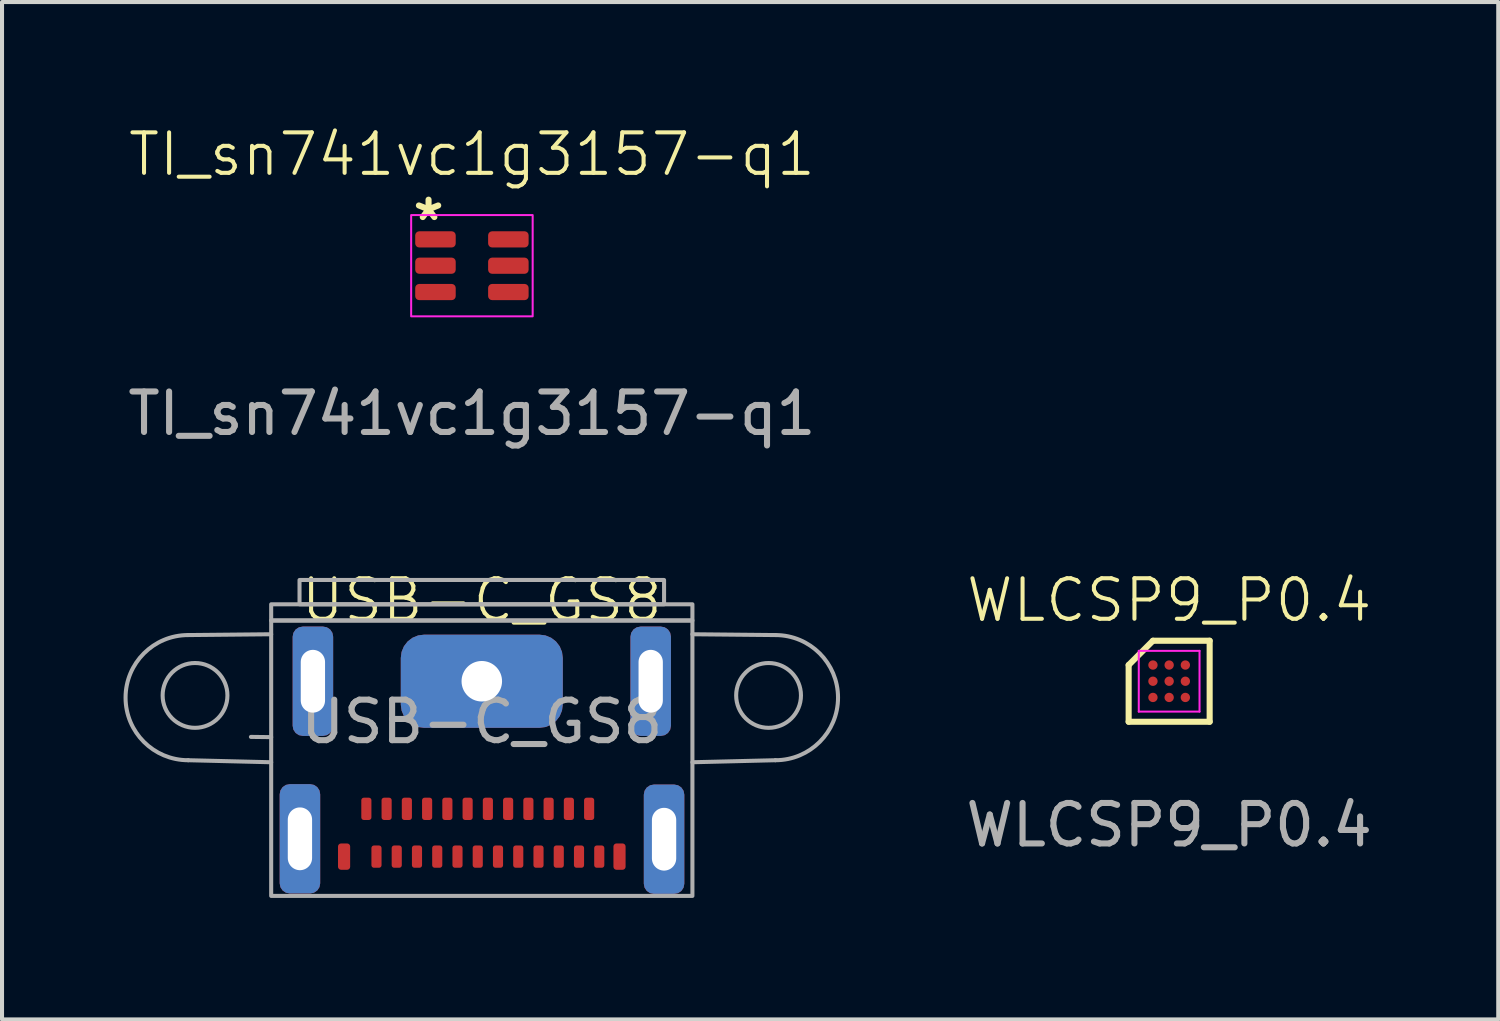
<source format=kicad_pcb>
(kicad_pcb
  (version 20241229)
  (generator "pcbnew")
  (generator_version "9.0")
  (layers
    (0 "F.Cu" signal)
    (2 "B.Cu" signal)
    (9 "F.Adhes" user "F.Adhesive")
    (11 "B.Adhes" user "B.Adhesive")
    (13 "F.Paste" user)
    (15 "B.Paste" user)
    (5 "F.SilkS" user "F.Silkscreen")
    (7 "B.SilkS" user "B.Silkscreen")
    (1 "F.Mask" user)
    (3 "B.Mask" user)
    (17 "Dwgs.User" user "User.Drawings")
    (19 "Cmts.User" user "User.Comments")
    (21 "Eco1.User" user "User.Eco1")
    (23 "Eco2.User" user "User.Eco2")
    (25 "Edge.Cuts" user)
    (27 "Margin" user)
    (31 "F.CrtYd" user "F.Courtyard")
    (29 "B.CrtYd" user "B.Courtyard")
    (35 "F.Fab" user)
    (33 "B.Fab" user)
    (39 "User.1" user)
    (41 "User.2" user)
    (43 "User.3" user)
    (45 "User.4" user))
  (footprint "WLCSP9_P0.4"
    (layer "F.Cu")
    (at 25.815 13.769)
    (property "Reference" "WLCSP9_P0.4" (at 0 -2 0) (unlocked yes) (layer "F.SilkS") (effects (font (size 1 1) (thickness 0.1))))
    (attr smd)
    (fp_line (start -1 -0.4) (end -1 1) (stroke (width 0.15) (type solid)) (layer "F.SilkS"))
    (fp_line (start -1 -0.4) (end -0.4 -1) (stroke (width 0.15) (type solid)) (layer "F.SilkS"))
    (fp_line (start -1 1) (end 1 1) (stroke (width 0.15) (type solid)) (layer "F.SilkS"))
    (fp_line (start 1 -1) (end -0.4 -1) (stroke (width 0.15) (type solid)) (layer "F.SilkS"))
    (fp_line (start 1 1) (end 1 -1) (stroke (width 0.15) (type solid)) (layer "F.SilkS"))
    (fp_line (start -0.75 -0.75) (end 0.75 -0.75) (stroke (width 0.05) (type solid)) (layer "F.CrtYd"))
    (fp_line (start -0.75 0.75) (end -0.75 -0.75) (stroke (width 0.05) (type solid)) (layer "F.CrtYd"))
    (fp_line (start 0.75 -0.75) (end 0.75 0.75) (stroke (width 0.05) (type solid)) (layer "F.CrtYd"))
    (fp_line (start 0.75 0.75) (end -0.75 0.75) (stroke (width 0.05) (type solid)) (layer "F.CrtYd"))
    (fp_text user "${REFERENCE}" (at 0 3.55 0) (unlocked yes) (layer "F.Fab") (effects (font (size 1 1) (thickness 0.15))))
    (pad "A1" smd circle (at -0.4 -0.4) (size 0.23 0.23) (layers "F.Cu" "F.Mask" "F.Paste"))
    (pad "A2" smd circle (at 0 -0.4) (size 0.23 0.23) (layers "F.Cu" "F.Mask" "F.Paste"))
    (pad "A3" smd circle (at 0.4 -0.4) (size 0.23 0.23) (layers "F.Cu" "F.Mask" "F.Paste"))
    (pad "B1" smd circle (at -0.4 0) (size 0.23 0.23) (layers "F.Cu" "F.Mask" "F.Paste"))
    (pad "B2" smd circle (at 0 0) (size 0.23 0.23) (layers "F.Cu" "F.Mask" "F.Paste"))
    (pad "B3" smd circle (at 0.4 0) (size 0.23 0.23) (layers "F.Cu" "F.Mask" "F.Paste"))
    (pad "C1" smd circle (at -0.4 0.4) (size 0.23 0.23) (layers "F.Cu" "F.Mask" "F.Paste"))
    (pad "C2" smd circle (at 0 0.4) (size 0.23 0.23) (layers "F.Cu" "F.Mask" "F.Paste"))
    (pad "C3" smd circle (at 0.4 0.4) (size 0.23 0.23) (layers "F.Cu" "F.Mask" "F.Paste")))
  (footprint "USB-C_GS8"
    (layer "F.Cu")
    (at 8.845 12.269)
    (property "Reference" "USB-C_GS8" (at 0 -0.5 0) (unlocked yes) (layer "F.SilkS") (effects (font (size 1 1) (thickness 0.1))))
    (attr smd)
    (fp_line (start -7.25 0.36) (end -5.2 0.34) (stroke (width 0.1) (type default)) (layer "F.Fab"))
    (fp_line (start -7.25 3.45) (end -5.2 3.5) (stroke (width 0.1) (type default)) (layer "F.Fab"))
    (fp_line (start -5.7 2.874) (end -5.2 2.88) (stroke (width 0.1) (type default)) (layer "F.Fab"))
    (fp_line (start 7.25 0.36) (end 5.2 0.34) (stroke (width 0.1) (type default)) (layer "F.Fab"))
    (fp_line (start 7.25 3.45) (end 5.2 3.5) (stroke (width 0.1) (type default)) (layer "F.Fab"))
    (fp_rect (start -5.2 -0.4) (end 5.2 0) (stroke (width 0.1) (type default)) (fill no) (layer "F.Fab"))
    (fp_rect (start -5.2 0) (end 5.2 6.8) (stroke (width 0.1) (type default)) (fill no) (layer "F.Fab"))
    (fp_rect (start -4.5 -0.4) (end 4.5 -1) (stroke (width 0.1) (type default)) (fill no) (layer "F.Fab"))
    (fp_arc (start -7.25 3.45) (mid -8.795 1.905) (end -7.25 0.36) (stroke (width 0.1) (type default)) (layer "F.Fab"))
    (fp_arc (start 7.25 0.36) (mid 8.795 1.905) (end 7.25 3.45) (stroke (width 0.1) (type default)) (layer "F.Fab"))
    (fp_circle (center -7.08 1.85) (end -6.28 1.85) (stroke (width 0.1) (type default)) (fill no) (layer "F.Fab"))
    (fp_circle (center 7.08 1.85) (end 7.88 1.85) (stroke (width 0.1) (type default)) (fill no) (layer "F.Fab"))
    (fp_text user "${REFERENCE}" (at 0 2.5 0) (unlocked yes) (layer "F.Fab") (effects (font (size 1 1) (thickness 0.15))))
    (pad "A1" smd roundrect (at 2.9 5.83) (size 0.25 0.55) (layers "F.Cu" "F.Mask" "F.Paste") (roundrect_rratio 0.25))
    (pad "A2" smd roundrect (at 2.4 5.83) (size 0.25 0.55) (layers "F.Cu" "F.Mask" "F.Paste") (roundrect_rratio 0.25))
    (pad "A3" smd roundrect (at 1.9 5.83) (size 0.25 0.55) (layers "F.Cu" "F.Mask" "F.Paste") (roundrect_rratio 0.25))
    (pad "A4" smd roundrect (at 1.4 5.83) (size 0.25 0.55) (layers "F.Cu" "F.Mask" "F.Paste") (roundrect_rratio 0.25))
    (pad "A5" smd roundrect (at 0.9 5.83) (size 0.25 0.55) (layers "F.Cu" "F.Mask" "F.Paste") (roundrect_rratio 0.25))
    (pad "A6" smd roundrect (at 0.4 5.83) (size 0.25 0.55) (layers "F.Cu" "F.Mask" "F.Paste") (roundrect_rratio 0.25))
    (pad "A7" smd roundrect (at -0.1 5.83) (size 0.25 0.55) (layers "F.Cu" "F.Mask" "F.Paste") (roundrect_rratio 0.25))
    (pad "A8" smd roundrect (at -0.6 5.83) (size 0.25 0.55) (layers "F.Cu" "F.Mask" "F.Paste") (roundrect_rratio 0.25))
    (pad "A9" smd roundrect (at -1.1 5.83) (size 0.25 0.55) (layers "F.Cu" "F.Mask" "F.Paste") (roundrect_rratio 0.25))
    (pad "A10" smd roundrect (at -1.6 5.83) (size 0.25 0.55) (layers "F.Cu" "F.Mask" "F.Paste") (roundrect_rratio 0.25))
    (pad "A11" smd roundrect (at -2.1 5.83) (size 0.25 0.55) (layers "F.Cu" "F.Mask" "F.Paste") (roundrect_rratio 0.25))
    (pad "A12" smd roundrect (at -2.6 5.83) (size 0.25 0.55) (layers "F.Cu" "F.Mask" "F.Paste") (roundrect_rratio 0.25))
    (pad "B1" smd roundrect (at -2.85 4.65) (size 0.25 0.55) (layers "F.Cu" "F.Mask" "F.Paste") (roundrect_rratio 0.25))
    (pad "B2" smd roundrect (at -2.35 4.65) (size 0.25 0.55) (layers "F.Cu" "F.Mask" "F.Paste") (roundrect_rratio 0.25))
    (pad "B3" smd roundrect (at -1.85 4.65) (size 0.25 0.55) (layers "F.Cu" "F.Mask" "F.Paste") (roundrect_rratio 0.25))
    (pad "B4" smd roundrect (at -1.35 4.65) (size 0.25 0.55) (layers "F.Cu" "F.Mask" "F.Paste") (roundrect_rratio 0.25))
    (pad "B5" smd roundrect (at -0.85 4.65) (size 0.25 0.55) (layers "F.Cu" "F.Mask" "F.Paste") (roundrect_rratio 0.25))
    (pad "B6" smd roundrect (at -0.35 4.65) (size 0.25 0.55) (layers "F.Cu" "F.Mask" "F.Paste") (roundrect_rratio 0.25))
    (pad "B7" smd roundrect (at 0.15 4.65) (size 0.25 0.55) (layers "F.Cu" "F.Mask" "F.Paste") (roundrect_rratio 0.25))
    (pad "B8" smd roundrect (at 0.65 4.65) (size 0.25 0.55) (layers "F.Cu" "F.Mask" "F.Paste") (roundrect_rratio 0.25))
    (pad "B9" smd roundrect (at 1.15 4.65) (size 0.25 0.55) (layers "F.Cu" "F.Mask" "F.Paste") (roundrect_rratio 0.25))
    (pad "B10" smd roundrect (at 1.65 4.65) (size 0.25 0.55) (layers "F.Cu" "F.Mask" "F.Paste") (roundrect_rratio 0.25))
    (pad "B11" smd roundrect (at 2.15 4.65) (size 0.25 0.55) (layers "F.Cu" "F.Mask" "F.Paste") (roundrect_rratio 0.25))
    (pad "B12" smd roundrect (at 2.65 4.65) (size 0.25 0.55) (layers "F.Cu" "F.Mask" "F.Paste") (roundrect_rratio 0.25))
    (pad "SH" thru_hole roundrect (at -4.49 5.39) (size 1 2.7) (drill oval 0.6 1.55) (layers "*.Cu" "*.Mask") (roundrect_rratio 0.25))
    (pad "SH" thru_hole roundrect (at -4.17 1.5) (size 1 2.7) (drill oval 0.6 1.55) (layers "*.Cu" "*.Mask") (roundrect_rratio 0.25))
    (pad "SH" smd roundrect (at -3.4 5.83) (size 0.3 0.65) (layers "F.Cu" "F.Mask" "F.Paste") (roundrect_rratio 0.25))
    (pad "SH" thru_hole roundrect (at 0 1.5) (size 4 2.3) (drill 1) (layers "F.Cu" "F.Mask") (roundrect_rratio 0.25))
    (pad "SH" smd roundrect (at 3.4 5.83) (size 0.3 0.65) (layers "F.Cu" "F.Mask" "F.Paste") (roundrect_rratio 0.25))
    (pad "SH" thru_hole roundrect (at 4.17 1.5) (size 1 2.7) (drill oval 0.6 1.55) (layers "*.Cu" "*.Mask") (roundrect_rratio 0.25))
    (pad "SH" thru_hole roundrect (at 4.5 5.4) (size 1 2.7) (drill oval 0.6 1.55) (layers "*.Cu" "*.Mask") (roundrect_rratio 0.25)))
  (footprint "TI_sn741vc1g3157-q1"
    (layer "F.Cu")
    (at 8.601 3.51)
    (property "Reference" "TI_sn741vc1g3157-q1" (at 0 -2.75 0) (unlocked yes) (layer "F.SilkS") (effects (font (size 1 1) (thickness 0.1))))
    (attr smd)
    (fp_rect (start -1.5 -1.25) (end 1.5 1.25) (stroke (width 0.05) (type default)) (fill no) (layer "F.CrtYd"))
    (fp_rect (start -0.7 -1.1) (end 0.7 1.1) (stroke (width 0.1) (type default)) (fill no) (layer "User.1"))
    (fp_text user "*" (at -1.55 -0.5 0) (unlocked yes) (layer "F.SilkS") (effects (font (size 1 1) (thickness 0.15)) (justify left bottom)))
    (fp_text user "${REFERENCE}" (at 0 3.65 0) (unlocked yes) (layer "F.Fab") (effects (font (size 1 1) (thickness 0.15))))
    (pad "1" smd roundrect (at -0.9 -0.65) (size 1 0.4) (layers "F.Cu" "F.Mask" "F.Paste") (roundrect_rratio 0.25))
    (pad "2" smd roundrect (at -0.9 0) (size 1 0.4) (layers "F.Cu" "F.Mask" "F.Paste") (roundrect_rratio 0.25))
    (pad "3" smd roundrect (at -0.9 0.65) (size 1 0.4) (layers "F.Cu" "F.Mask" "F.Paste") (roundrect_rratio 0.25))
    (pad "4" smd roundrect (at 0.9 0.65) (size 1 0.4) (layers "F.Cu" "F.Mask" "F.Paste") (roundrect_rratio 0.25))
    (pad "5" smd roundrect (at 0.9 0) (size 1 0.4) (layers "F.Cu" "F.Mask" "F.Paste") (roundrect_rratio 0.25))
    (pad "6" smd roundrect (at 0.9 -0.65) (size 1 0.4) (layers "F.Cu" "F.Mask" "F.Paste") (roundrect_rratio 0.25)))
  (gr_rect
    (start -3 -3)
    (end 33.94 22.119)
    (stroke (width 0.1) (type default))
    (fill no)
    (layer "Edge.Cuts")))
</source>
